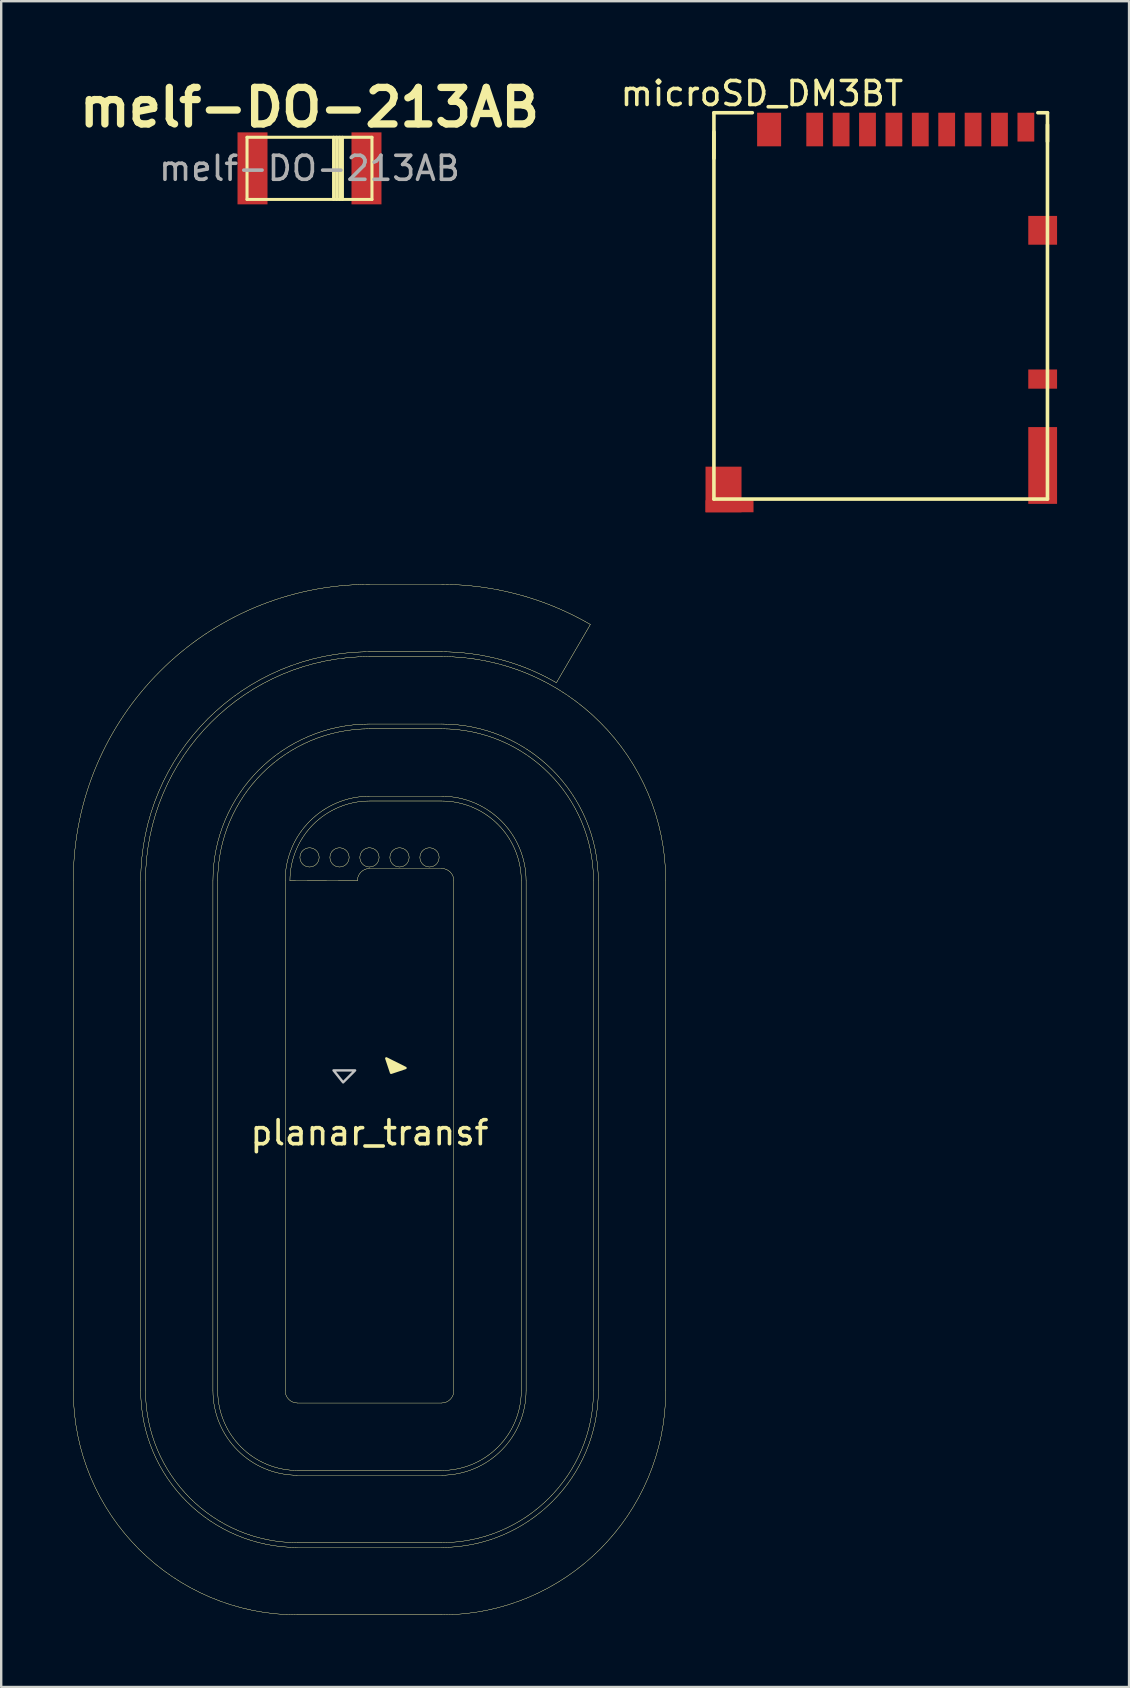
<source format=kicad_pcb>
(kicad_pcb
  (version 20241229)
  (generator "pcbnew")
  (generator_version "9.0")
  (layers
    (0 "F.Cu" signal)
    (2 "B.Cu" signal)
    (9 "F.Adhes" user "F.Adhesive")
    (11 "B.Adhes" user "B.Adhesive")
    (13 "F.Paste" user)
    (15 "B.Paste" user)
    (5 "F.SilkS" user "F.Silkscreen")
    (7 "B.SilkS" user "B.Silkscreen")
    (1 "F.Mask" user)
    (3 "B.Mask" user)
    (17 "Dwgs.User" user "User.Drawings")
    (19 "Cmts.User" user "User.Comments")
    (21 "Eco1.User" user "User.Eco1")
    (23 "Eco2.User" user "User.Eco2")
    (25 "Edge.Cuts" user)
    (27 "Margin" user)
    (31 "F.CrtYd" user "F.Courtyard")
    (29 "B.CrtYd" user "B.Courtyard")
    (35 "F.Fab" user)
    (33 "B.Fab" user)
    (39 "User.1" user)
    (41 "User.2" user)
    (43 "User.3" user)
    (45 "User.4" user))
  (footprint "planar_transf"
    (layer "F.Cu")
    (at 12.349 43.657)
    (property "Reference" "planar_transf" (at 0 0.5 0) (layer "F.SilkS") (effects (font (size 1 1) (thickness 0.15))))
    (attr through_hole)
    (fp_line (start -12.344 11.244) (end -12.344 -10.003) (stroke (width 0.01) (type solid)) (layer "F.SilkS"))
    (fp_line (start -12.344 11.244) (end -12.344 -10.003) (stroke (width 0.01) (type solid)) (layer "F.SilkS"))
    (fp_line (start -9.534 11.25) (end -9.534 -9.997) (stroke (width 0.01) (type solid)) (layer "F.SilkS"))
    (fp_line (start -9.534 11.25) (end -9.534 -9.997) (stroke (width 0.01) (type solid)) (layer "F.SilkS"))
    (fp_line (start -9.335 11.244) (end -9.335 -10.003) (stroke (width 0.01) (type solid)) (layer "F.SilkS"))
    (fp_line (start -9.335 11.244) (end -9.335 -10.003) (stroke (width 0.01) (type solid)) (layer "F.SilkS"))
    (fp_line (start -6.525 11.25) (end -6.525 -9.997) (stroke (width 0.01) (type solid)) (layer "F.SilkS"))
    (fp_line (start -6.525 11.25) (end -6.525 -9.997) (stroke (width 0.01) (type solid)) (layer "F.SilkS"))
    (fp_line (start -6.326 11.244) (end -6.326 -10.003) (stroke (width 0.01) (type solid)) (layer "F.SilkS"))
    (fp_line (start -6.326 11.244) (end -6.326 -10.003) (stroke (width 0.01) (type solid)) (layer "F.SilkS"))
    (fp_line (start -3.516 11.25) (end -3.516 -9.997) (stroke (width 0.01) (type solid)) (layer "F.SilkS"))
    (fp_line (start -3.516 11.25) (end -3.516 -9.997) (stroke (width 0.01) (type solid)) (layer "F.SilkS"))
    (fp_line (start -0.506 -9.997) (end -3.316 -10.003) (stroke (width 0.01) (type solid)) (layer "F.SilkS"))
    (fp_line (start -0.506 -9.997) (end -3.316 -10.003) (stroke (width 0.01) (type solid)) (layer "F.SilkS"))
    (fp_line (start 0.007 -19.544) (end 2.997 -19.544) (stroke (width 0.01) (type solid)) (layer "F.SilkS"))
    (fp_line (start 0.007 -19.544) (end 2.997 -19.544) (stroke (width 0.01) (type solid)) (layer "F.SilkS"))
    (fp_line (start 0.007 -16.534) (end 2.997 -16.534) (stroke (width 0.01) (type solid)) (layer "F.SilkS"))
    (fp_line (start 0.007 -16.534) (end 2.997 -16.534) (stroke (width 0.01) (type solid)) (layer "F.SilkS"))
    (fp_line (start 0.007 -13.525) (end 2.997 -13.525) (stroke (width 0.01) (type solid)) (layer "F.SilkS"))
    (fp_line (start 0.007 -13.525) (end 2.997 -13.525) (stroke (width 0.01) (type solid)) (layer "F.SilkS"))
    (fp_line (start 0.007 -10.516) (end 2.997 -10.516) (stroke (width 0.01) (type solid)) (layer "F.SilkS"))
    (fp_line (start 0.007 -10.516) (end 2.997 -10.516) (stroke (width 0.01) (type solid)) (layer "F.SilkS"))
    (fp_line (start 0.012 -22.354) (end 3.003 -22.354) (stroke (width 0.01) (type solid)) (layer "F.SilkS"))
    (fp_line (start 0.012 -22.354) (end 3.003 -22.354) (stroke (width 0.01) (type solid)) (layer "F.SilkS"))
    (fp_line (start 0.012 -19.344) (end 3.003 -19.344) (stroke (width 0.01) (type solid)) (layer "F.SilkS"))
    (fp_line (start 0.012 -19.344) (end 3.003 -19.344) (stroke (width 0.01) (type solid)) (layer "F.SilkS"))
    (fp_line (start 0.012 -16.335) (end 3.003 -16.335) (stroke (width 0.01) (type solid)) (layer "F.SilkS"))
    (fp_line (start 0.012 -16.335) (end 3.003 -16.335) (stroke (width 0.01) (type solid)) (layer "F.SilkS"))
    (fp_line (start 0.012 -13.326) (end 3.003 -13.326) (stroke (width 0.01) (type solid)) (layer "F.SilkS"))
    (fp_line (start 0.012 -13.326) (end 3.003 -13.326) (stroke (width 0.01) (type solid)) (layer "F.SilkS"))
    (fp_line (start 2.997 14.573) (end -3.003 14.573) (stroke (width 0.01) (type solid)) (layer "F.SilkS"))
    (fp_line (start 2.997 14.573) (end -3.003 14.573) (stroke (width 0.01) (type solid)) (layer "F.SilkS"))
    (fp_line (start 2.997 17.582) (end -3.003 17.582) (stroke (width 0.01) (type solid)) (layer "F.SilkS"))
    (fp_line (start 2.997 17.582) (end -3.003 17.582) (stroke (width 0.01) (type solid)) (layer "F.SilkS"))
    (fp_line (start 2.997 20.591) (end -3.003 20.591) (stroke (width 0.01) (type solid)) (layer "F.SilkS"))
    (fp_line (start 2.997 20.591) (end -3.003 20.591) (stroke (width 0.01) (type solid)) (layer "F.SilkS"))
    (fp_line (start 3.003 11.763) (end -2.997 11.763) (stroke (width 0.01) (type solid)) (layer "F.SilkS"))
    (fp_line (start 3.003 11.763) (end -2.997 11.763) (stroke (width 0.01) (type solid)) (layer "F.SilkS"))
    (fp_line (start 3.003 14.772) (end -2.997 14.772) (stroke (width 0.01) (type solid)) (layer "F.SilkS"))
    (fp_line (start 3.003 14.772) (end -2.997 14.772) (stroke (width 0.01) (type solid)) (layer "F.SilkS"))
    (fp_line (start 3.003 17.781) (end -2.997 17.781) (stroke (width 0.01) (type solid)) (layer "F.SilkS"))
    (fp_line (start 3.003 17.781) (end -2.997 17.781) (stroke (width 0.01) (type solid)) (layer "F.SilkS"))
    (fp_line (start 3.516 -10.003) (end 3.516 11.244) (stroke (width 0.01) (type solid)) (layer "F.SilkS"))
    (fp_line (start 3.516 -10.003) (end 3.516 11.244) (stroke (width 0.01) (type solid)) (layer "F.SilkS"))
    (fp_line (start 6.326 -9.997) (end 6.326 11.25) (stroke (width 0.01) (type solid)) (layer "F.SilkS"))
    (fp_line (start 6.326 -9.997) (end 6.326 11.25) (stroke (width 0.01) (type solid)) (layer "F.SilkS"))
    (fp_line (start 6.525 -10.003) (end 6.525 11.244) (stroke (width 0.01) (type solid)) (layer "F.SilkS"))
    (fp_line (start 6.525 -10.003) (end 6.525 11.244) (stroke (width 0.01) (type solid)) (layer "F.SilkS"))
    (fp_line (start 7.789 -18.256) (end 9.204 -20.683) (stroke (width 0.01) (type solid)) (layer "F.SilkS"))
    (fp_line (start 7.789 -18.256) (end 9.204 -20.683) (stroke (width 0.01) (type solid)) (layer "F.SilkS"))
    (fp_line (start 9.335 -9.997) (end 9.335 11.25) (stroke (width 0.01) (type solid)) (layer "F.SilkS"))
    (fp_line (start 9.335 -9.997) (end 9.335 11.25) (stroke (width 0.01) (type solid)) (layer "F.SilkS"))
    (fp_line (start 9.534 -10.003) (end 9.534 11.244) (stroke (width 0.01) (type solid)) (layer "F.SilkS"))
    (fp_line (start 9.534 -10.003) (end 9.534 11.244) (stroke (width 0.01) (type solid)) (layer "F.SilkS"))
    (fp_line (start 12.344 -9.997) (end 12.344 11.25) (stroke (width 0.01) (type solid)) (layer "F.SilkS"))
    (fp_line (start 12.344 -9.997) (end 12.344 11.25) (stroke (width 0.01) (type solid)) (layer "F.SilkS"))
    (fp_arc (start -12.344406 -10.00266) (mid -8.724179 -18.737341) (end 0.01206 -22.353806) (stroke (width 0.01) (type solid)) (layer "F.SilkS"))
    (fp_arc (start -12.344406 -10.00266) (mid -8.724179 -18.737341) (end 0.01206 -22.353806) (stroke (width 0.01) (type solid)) (layer "F.SilkS"))
    (fp_arc (start -9.534411 -9.99731) (mid -6.740996 -16.746591) (end 0.00671 -19.543811) (stroke (width 0.01) (type solid)) (layer "F.SilkS"))
    (fp_arc (start -9.534411 -9.99731) (mid -6.740996 -16.746591) (end 0.00671 -19.543811) (stroke (width 0.01) (type solid)) (layer "F.SilkS"))
    (fp_arc (start -9.335006 -10.00266) (mid -6.596212 -16.609374) (end 0.01206 -19.344406) (stroke (width 0.01) (type solid)) (layer "F.SilkS"))
    (fp_arc (start -9.335006 -10.00266) (mid -6.596212 -16.609374) (end 0.01206 -19.344406) (stroke (width 0.01) (type solid)) (layer "F.SilkS"))
    (fp_arc (start -6.525011 -9.99731) (mid -4.613028 -14.618624) (end 0.00671 -16.534411) (stroke (width 0.01) (type solid)) (layer "F.SilkS"))
    (fp_arc (start -6.525011 -9.99731) (mid -4.613028 -14.618624) (end 0.00671 -16.534411) (stroke (width 0.01) (type solid)) (layer "F.SilkS"))
    (fp_arc (start -6.325606 -10.00266) (mid -4.468245 -14.481407) (end 0.01206 -16.335006) (stroke (width 0.01) (type solid)) (layer "F.SilkS"))
    (fp_arc (start -6.325606 -10.00266) (mid -4.468245 -14.481407) (end 0.01206 -16.335006) (stroke (width 0.01) (type solid)) (layer "F.SilkS"))
    (fp_arc (start -3.515611 -9.99731) (mid -2.485061 -12.490657) (end 0.00671 -13.525011) (stroke (width 0.01) (type solid)) (layer "F.SilkS"))
    (fp_arc (start -3.515611 -9.99731) (mid -2.485061 -12.490657) (end 0.00671 -13.525011) (stroke (width 0.01) (type solid)) (layer "F.SilkS"))
    (fp_arc (start -3.316206 -10.00266) (mid -2.340278 -12.353439) (end 0.01206 -13.325606) (stroke (width 0.01) (type solid)) (layer "F.SilkS"))
    (fp_arc (start -3.316206 -10.00266) (mid -2.340278 -12.353439) (end 0.01206 -13.325606) (stroke (width 0.01) (type solid)) (layer "F.SilkS"))
    (fp_arc (start -3.002661 14.572506) (mid -5.35344 13.596577) (end -6.325606 11.244239) (stroke (width 0.01) (type solid)) (layer "F.SilkS"))
    (fp_arc (start -3.002661 14.572506) (mid -5.35344 13.596577) (end -6.325606 11.244239) (stroke (width 0.01) (type solid)) (layer "F.SilkS"))
    (fp_arc (start -3.002661 17.581906) (mid -7.481407 15.724544) (end -9.335006 11.244239) (stroke (width 0.01) (type solid)) (layer "F.SilkS"))
    (fp_arc (start -3.002661 17.581906) (mid -7.481407 15.724544) (end -9.335006 11.244239) (stroke (width 0.01) (type solid)) (layer "F.SilkS"))
    (fp_arc (start -3.002661 20.591306) (mid -9.609374 17.852511) (end -12.344406 11.244239) (stroke (width 0.01) (type solid)) (layer "F.SilkS"))
    (fp_arc (start -3.002661 20.591306) (mid -9.609374 17.852511) (end -12.344406 11.244239) (stroke (width 0.01) (type solid)) (layer "F.SilkS"))
    (fp_arc (start -2.997311 11.762511) (mid -3.362691 11.613393) (end -3.515611 11.249589) (stroke (width 0.01) (type solid)) (layer "F.SilkS"))
    (fp_arc (start -2.997311 11.762511) (mid -3.362691 11.613393) (end -3.515611 11.249589) (stroke (width 0.01) (type solid)) (layer "F.SilkS"))
    (fp_arc (start -2.997311 14.771911) (mid -5.490658 13.741361) (end -6.525011 11.249589) (stroke (width 0.01) (type solid)) (layer "F.SilkS"))
    (fp_arc (start -2.997311 14.771911) (mid -5.490658 13.741361) (end -6.525011 11.249589) (stroke (width 0.01) (type solid)) (layer "F.SilkS"))
    (fp_arc (start -2.997311 17.781311) (mid -7.618625 15.869328) (end -9.534411 11.249589) (stroke (width 0.01) (type solid)) (layer "F.SilkS"))
    (fp_arc (start -2.997311 17.781311) (mid -7.618625 15.869328) (end -9.534411 11.249589) (stroke (width 0.01) (type solid)) (layer "F.SilkS"))
    (fp_arc (start -0.506211 -9.99731) (mid -0.357094 -10.36269) (end 0.00671 -10.515611) (stroke (width 0.01) (type solid)) (layer "F.SilkS"))
    (fp_arc (start -0.506211 -9.99731) (mid -0.357094 -10.36269) (end 0.00671 -10.515611) (stroke (width 0.01) (type solid)) (layer "F.SilkS"))
    (fp_arc (start 0.000001 -10.575001) (mid -0.399977 -10.979173) (end 0.008346 -11.374912) (stroke (width 0.01) (type solid)) (layer "F.SilkS"))
    (fp_arc (start 0.000001 -10.575001) (mid -0.399977 -10.979173) (end 0.008346 -11.374912) (stroke (width 0.01) (type solid)) (layer "F.SilkS"))
    (fp_arc (start 0.006824 -10.575058) (mid 0.003412 -10.575014) (end 0 -10.575) (stroke (width 0.01) (type solid)) (layer "F.SilkS"))
    (fp_arc (start 0.006824 -10.575058) (mid 0.003412 -10.575014) (end 0 -10.575) (stroke (width 0.01) (type solid)) (layer "F.SilkS"))
    (fp_arc (start 0.008347 -11.374913) (mid 0.399999 -10.974238) (end 0.006824 -10.575058) (stroke (width 0.01) (type solid)) (layer "F.SilkS"))
    (fp_arc (start 0.008347 -11.374913) (mid 0.399999 -10.974238) (end 0.006824 -10.575058) (stroke (width 0.01) (type solid)) (layer "F.SilkS"))
    (fp_arc (start 2.997311 -19.543811) (mid 5.478143 -19.21646) (end 7.788613 -18.255515) (stroke (width 0.01) (type solid)) (layer "F.SilkS"))
    (fp_arc (start 2.997311 -19.543811) (mid 5.478143 -19.21646) (end 7.788613 -18.255515) (stroke (width 0.01) (type solid)) (layer "F.SilkS"))
    (fp_arc (start 2.997311 -16.534411) (mid 7.618625 -14.622428) (end 9.534411 -10.002689) (stroke (width 0.01) (type solid)) (layer "F.SilkS"))
    (fp_arc (start 2.997311 -16.534411) (mid 7.618625 -14.622428) (end 9.534411 -10.002689) (stroke (width 0.01) (type solid)) (layer "F.SilkS"))
    (fp_arc (start 2.997311 -13.525011) (mid 5.490658 -12.494461) (end 6.525011 -10.002689) (stroke (width 0.01) (type solid)) (layer "F.SilkS"))
    (fp_arc (start 2.997311 -13.525011) (mid 5.490658 -12.494461) (end 6.525011 -10.002689) (stroke (width 0.01) (type solid)) (layer "F.SilkS"))
    (fp_arc (start 2.997311 -10.515611) (mid 3.362691 -10.366493) (end 3.515611 -10.002689) (stroke (width 0.01) (type solid)) (layer "F.SilkS"))
    (fp_arc (start 2.997311 -10.515611) (mid 3.362691 -10.366493) (end 3.515611 -10.002689) (stroke (width 0.01) (type solid)) (layer "F.SilkS"))
    (fp_arc (start 3.002661 -22.353806) (mid 6.213716 -21.928477) (end 9.203841 -20.683112) (stroke (width 0.01) (type solid)) (layer "F.SilkS"))
    (fp_arc (start 3.002661 -22.353806) (mid 6.213716 -21.928477) (end 9.203841 -20.683112) (stroke (width 0.01) (type solid)) (layer "F.SilkS"))
    (fp_arc (start 3.002661 -19.344406) (mid 9.609374 -16.605611) (end 12.344406 -9.997339) (stroke (width 0.01) (type solid)) (layer "F.SilkS"))
    (fp_arc (start 3.002661 -19.344406) (mid 9.609374 -16.605611) (end 12.344406 -9.997339) (stroke (width 0.01) (type solid)) (layer "F.SilkS"))
    (fp_arc (start 3.002661 -16.335006) (mid 7.481407 -14.477644) (end 9.335006 -9.997339) (stroke (width 0.01) (type solid)) (layer "F.SilkS"))
    (fp_arc (start 3.002661 -16.335006) (mid 7.481407 -14.477644) (end 9.335006 -9.997339) (stroke (width 0.01) (type solid)) (layer "F.SilkS"))
    (fp_arc (start 3.002661 -13.325606) (mid 5.35344 -12.349677) (end 6.325606 -9.997339) (stroke (width 0.01) (type solid)) (layer "F.SilkS"))
    (fp_arc (start 3.002661 -13.325606) (mid 5.35344 -12.349677) (end 6.325606 -9.997339) (stroke (width 0.01) (type solid)) (layer "F.SilkS"))
    (fp_arc (start 3.515611 11.244211) (mid 3.366493 11.609591) (end 3.002689 11.762511) (stroke (width 0.01) (type solid)) (layer "F.SilkS"))
    (fp_arc (start 3.515611 11.244211) (mid 3.366493 11.609591) (end 3.002689 11.762511) (stroke (width 0.01) (type solid)) (layer "F.SilkS"))
    (fp_arc (start 6.325606 11.249561) (mid 5.349677 13.60034) (end 2.997339 14.572506) (stroke (width 0.01) (type solid)) (layer "F.SilkS"))
    (fp_arc (start 6.325606 11.249561) (mid 5.349677 13.60034) (end 2.997339 14.572506) (stroke (width 0.01) (type solid)) (layer "F.SilkS"))
    (fp_arc (start 6.525011 11.244211) (mid 5.494461 13.737558) (end 3.002689 14.771911) (stroke (width 0.01) (type solid)) (layer "F.SilkS"))
    (fp_arc (start 6.525011 11.244211) (mid 5.494461 13.737558) (end 3.002689 14.771911) (stroke (width 0.01) (type solid)) (layer "F.SilkS"))
    (fp_arc (start 9.335006 11.249561) (mid 7.477644 15.728307) (end 2.997339 17.581906) (stroke (width 0.01) (type solid)) (layer "F.SilkS"))
    (fp_arc (start 9.335006 11.249561) (mid 7.477644 15.728307) (end 2.997339 17.581906) (stroke (width 0.01) (type solid)) (layer "F.SilkS"))
    (fp_arc (start 9.534411 11.244211) (mid 7.622428 15.865525) (end 3.002689 17.781311) (stroke (width 0.01) (type solid)) (layer "F.SilkS"))
    (fp_arc (start 9.534411 11.244211) (mid 7.622428 15.865525) (end 3.002689 17.781311) (stroke (width 0.01) (type solid)) (layer "F.SilkS"))
    (fp_arc (start 12.344406 11.249561) (mid 9.605611 17.856274) (end 2.997339 20.591306) (stroke (width 0.01) (type solid)) (layer "F.SilkS"))
    (fp_arc (start 12.344406 11.249561) (mid 9.605611 17.856274) (end 2.997339 20.591306) (stroke (width 0.01) (type solid)) (layer "F.SilkS"))
    (fp_circle (center -2.5 -10.975) (end -2.1 -10.975) (stroke (width 0.01) (type solid)) (fill no) (layer "F.SilkS"))
    (fp_circle (center -2.5 -10.975) (end -2.1 -10.975) (stroke (width 0.01) (type solid)) (fill no) (layer "F.SilkS"))
    (fp_circle (center -1.25 -10.975) (end -0.85 -10.975) (stroke (width 0.01) (type solid)) (fill no) (layer "F.SilkS"))
    (fp_circle (center -1.25 -10.975) (end -0.85 -10.975) (stroke (width 0.01) (type solid)) (fill no) (layer "F.SilkS"))
    (fp_circle (center 1.25 -10.975) (end 1.65 -10.975) (stroke (width 0.01) (type solid)) (fill no) (layer "F.SilkS"))
    (fp_circle (center 1.25 -10.975) (end 1.65 -10.975) (stroke (width 0.01) (type solid)) (fill no) (layer "F.SilkS"))
    (fp_circle (center 2.5 -10.975) (end 2.9 -10.975) (stroke (width 0.01) (type solid)) (fill no) (layer "F.SilkS"))
    (fp_circle (center 2.5 -10.975) (end 2.9 -10.975) (stroke (width 0.01) (type solid)) (fill no) (layer "F.SilkS"))
    (fp_poly (pts (xy 1.5 -2.2) (xy 0.9 -2) (xy 0.7 -2.6)) (stroke (width 0.1) (type solid)) (fill yes) (layer "F.SilkS"))
    (fp_poly (pts (xy -1.1 -1.6) (xy -1.5 -2.1) (xy -0.6 -2.1)) (stroke (width 0.1) (type solid)) (fill no) (layer "Dwgs.User")))
  (footprint "melf-DO-213AB"
    (layer "F.Cu")
    (at 9.848 3.966)
    (property "Reference" "melf-DO-213AB" (at 0 -2.54 0) (layer "F.SilkS") (effects (font (size 1.524 1.524) (thickness 0.305))))
    (attr through_hole)
    (fp_line (start -2.603 -1.295) (end -2.603 1.295) (stroke (width 0.127) (type solid)) (layer "F.SilkS"))
    (fp_line (start -2.603 1.295) (end 2.603 1.295) (stroke (width 0.127) (type solid)) (layer "F.SilkS"))
    (fp_line (start 1.003 -1.295) (end 1.003 1.295) (stroke (width 0.127) (type solid)) (layer "F.SilkS"))
    (fp_line (start 1.13 1.295) (end 1.13 -1.295) (stroke (width 0.127) (type solid)) (layer "F.SilkS"))
    (fp_line (start 1.257 -1.295) (end 1.257 1.295) (stroke (width 0.127) (type solid)) (layer "F.SilkS"))
    (fp_line (start 1.372 -1.295) (end 1.372 1.295) (stroke (width 0.127) (type solid)) (layer "F.SilkS"))
    (fp_line (start 2.603 -1.295) (end -2.603 -1.295) (stroke (width 0.127) (type solid)) (layer "F.SilkS"))
    (fp_line (start 2.603 1.295) (end 2.603 -1.295) (stroke (width 0.127) (type solid)) (layer "F.SilkS"))
    (fp_text user "${REFERENCE}" (at 0 0 0) (layer "F.Fab") (effects (font (size 1 1) (thickness 0.15))))
    (pad "1" smd rect (at -2.375 0) (size 1.25 3) (layers "F.Cu" "F.Mask" "F.Paste"))
    (pad "2" smd rect (at 2.375 0) (size 1.25 3) (layers "F.Cu" "F.Mask" "F.Paste")))
  (footprint "microSD_DM3BT"
    (layer "F.Cu")
    (at 30.902 3.048)
    (property "Reference" "microSD_DM3BT" (at -2.2 -2.2 0) (layer "F.SilkS") (effects (font (size 1 1) (thickness 0.15))))
    (attr through_hole)
    (fp_line (start -4.2 -1.4) (end -4.2 14.7) (stroke (width 0.15) (type solid)) (layer "F.SilkS"))
    (fp_line (start -4.2 -1.4) (end -2.6 -1.4) (stroke (width 0.15) (type solid)) (layer "F.SilkS"))
    (fp_line (start -4.2 -0.6) (end -4.2 0.5) (stroke (width 0.15) (type solid)) (layer "F.SilkS"))
    (fp_line (start -4.2 14.7) (end 9.7 14.7) (stroke (width 0.15) (type solid)) (layer "F.SilkS"))
    (fp_line (start 9.7 -1.4) (end 9.3 -1.4) (stroke (width 0.15) (type solid)) (layer "F.SilkS"))
    (fp_line (start 9.7 -0.2) (end 9.7 -0.9) (stroke (width 0.15) (type solid)) (layer "F.SilkS"))
    (fp_line (start 9.7 14.7) (end 9.7 -1.4) (stroke (width 0.15) (type solid)) (layer "F.SilkS"))
    (pad "1" smd rect (at 1.1 -0.7) (size 0.7 1.4) (layers "F.Cu" "F.Mask" "F.Paste"))
    (pad "2" smd rect (at 2.2 -0.7) (size 0.7 1.4) (layers "F.Cu" "F.Mask" "F.Paste"))
    (pad "3" smd rect (at 9.5 3.5) (size 1.2 1.2) (layers "F.Cu" "F.Mask" "F.Paste"))
    (pad "4" smd rect (at 3.3 -0.7) (size 0.7 1.4) (layers "F.Cu" "F.Mask" "F.Paste"))
    (pad "5" smd rect (at 4.4 -0.7) (size 0.7 1.4) (layers "F.Cu" "F.Mask" "F.Paste"))
    (pad "6" smd rect (at 5.5 -0.7) (size 0.7 1.4) (layers "F.Cu" "F.Mask" "F.Paste"))
    (pad "7" smd rect (at 6.6 -0.7) (size 0.7 1.4) (layers "F.Cu" "F.Mask" "F.Paste"))
    (pad "8" smd rect (at 7.7 -0.7) (size 0.7 1.4) (layers "F.Cu" "F.Mask" "F.Paste"))
    (pad "9" smd rect (at 0 -0.7) (size 0.7 1.4) (layers "F.Cu" "F.Mask" "F.Paste"))
    (pad "10" smd rect (at 8.8 -0.8) (size 0.7 1.2) (layers "F.Cu" "F.Mask" "F.Paste"))
    (pad "11" smd rect (at 9.5 9.7) (size 1.2 0.8) (layers "F.Cu" "F.Mask" "F.Paste"))
    (pad "12" smd rect (at -1.9 -0.7) (size 1 1.4) (layers "F.Cu" "F.Mask" "F.Paste"))
    (pad "12" smd rect (at 9.5 13.3) (size 1.2 3.2) (layers "F.Cu" "F.Mask" "F.Paste"))
    (pad "13" smd rect (at -3.8 14.3) (size 1.5 1.9) (layers "F.Cu" "F.Mask" "F.Paste"))
    (pad "13" smd rect (at -3.55 15) (size 2 0.5) (layers "F.Cu" "F.Mask" "F.Paste")))
  (gr_rect
    (start -3 -3)
    (end 44.002 67.253)
    (stroke (width 0.1) (type default))
    (fill no)
    (layer "Edge.Cuts")))
</source>
